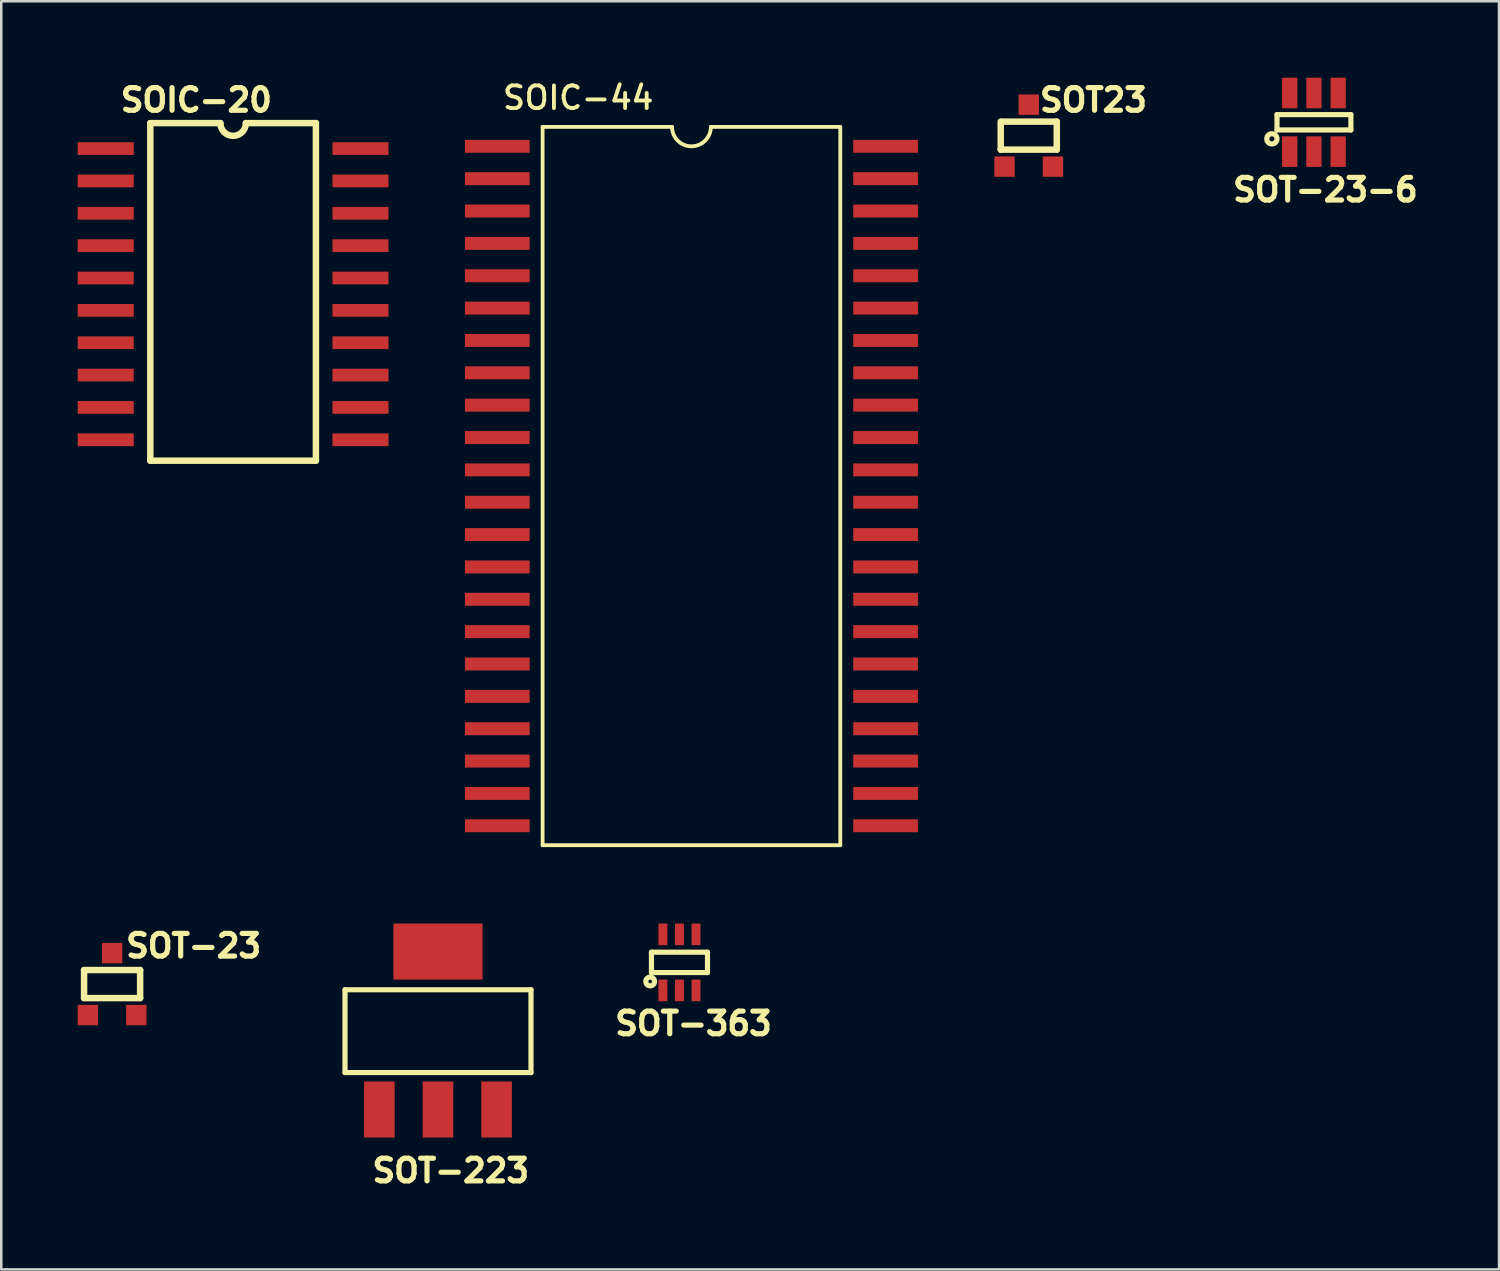
<source format=kicad_pcb>
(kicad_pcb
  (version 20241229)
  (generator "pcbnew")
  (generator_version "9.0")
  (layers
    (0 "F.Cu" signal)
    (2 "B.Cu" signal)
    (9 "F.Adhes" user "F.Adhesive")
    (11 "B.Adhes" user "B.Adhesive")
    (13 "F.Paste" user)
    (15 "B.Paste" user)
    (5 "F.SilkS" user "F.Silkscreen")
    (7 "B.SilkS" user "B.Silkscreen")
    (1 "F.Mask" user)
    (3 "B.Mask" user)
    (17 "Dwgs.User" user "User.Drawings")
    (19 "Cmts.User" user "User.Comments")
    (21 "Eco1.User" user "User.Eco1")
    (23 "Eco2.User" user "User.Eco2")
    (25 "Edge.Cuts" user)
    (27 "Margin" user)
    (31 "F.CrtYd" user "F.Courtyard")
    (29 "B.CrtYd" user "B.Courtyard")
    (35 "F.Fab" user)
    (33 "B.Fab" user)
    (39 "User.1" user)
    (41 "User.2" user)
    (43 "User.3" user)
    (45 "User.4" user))
  (footprint "SOT-223"
    (layer "F.Cu")
    (at 14.142 40.5)
    (property "Reference" "SOT-223" (at 0.5 2.4 0) (layer "F.SilkS") (effects (font (size 0.889 0.889) (thickness 0.203))))
    (attr smd)
    (fp_line (start -3.65 -4.7) (end -3.65 -1.45) (stroke (width 0.203) (type solid)) (layer "F.SilkS"))
    (fp_line (start -3.65 -4.7) (end 3.65 -4.7) (stroke (width 0.203) (type solid)) (layer "F.SilkS"))
    (fp_line (start -3.65 -1.45) (end 3.65 -1.45) (stroke (width 0.203) (type solid)) (layer "F.SilkS"))
    (fp_line (start 3.65 -1.45) (end 3.65 -4.7) (stroke (width 0.203) (type solid)) (layer "F.SilkS"))
    (pad "1" smd rect (at -2.3 0) (size 1.2 2.2) (layers "F.Cu" "F.Mask" "F.Paste"))
    (pad "2" smd rect (at 0 -6.2) (size 3.5 2.2) (layers "F.Cu" "F.Mask" "F.Paste"))
    (pad "2" smd rect (at 0 0) (size 1.2 2.2) (layers "F.Cu" "F.Mask" "F.Paste"))
    (pad "3" smd rect (at 2.3 0) (size 1.2 2.2) (layers "F.Cu" "F.Mask" "F.Paste")))
  (footprint "SOT-23"
    (layer "F.Cu")
    (at 1.35 35.576)
    (property "Reference" "SOT-23" (at 3.2 -1.5 0) (layer "F.SilkS") (effects (font (size 0.889 0.889) (thickness 0.203))))
    (attr smd)
    (fp_line (start -1.1 -0.55) (end -1.1 0.55) (stroke (width 0.254) (type solid)) (layer "F.SilkS"))
    (fp_line (start -1.1 -0.55) (end 1.1 -0.55) (stroke (width 0.254) (type solid)) (layer "F.SilkS"))
    (fp_line (start -1.1 0.55) (end 1.1 0.55) (stroke (width 0.254) (type solid)) (layer "F.SilkS"))
    (fp_line (start 1.1 0.55) (end 1.1 -0.55) (stroke (width 0.254) (type solid)) (layer "F.SilkS"))
    (pad "1" smd rect (at -0.95 1.216) (size 0.8 0.8) (layers "F.Cu" "F.Mask" "F.Paste"))
    (pad "2" smd rect (at 0.95 1.216) (size 0.8 0.8) (layers "F.Cu" "F.Mask" "F.Paste"))
    (pad "3" smd rect (at 0 -1.216) (size 0.8 0.8) (layers "F.Cu" "F.Mask" "F.Paste")))
  (footprint "SOIC-20"
    (layer "F.Cu")
    (at 1.1 2.782)
    (property "Reference" "SOIC-20" (at 3.556 -1.905 0) (layer "F.SilkS") (effects (font (size 0.889 0.889) (thickness 0.203))))
    (attr through_hole)
    (fp_line (start 1.75 -1) (end 1.75 12.25) (stroke (width 0.254) (type solid)) (layer "F.SilkS"))
    (fp_line (start 1.75 12.25) (end 8.25 12.25) (stroke (width 0.254) (type solid)) (layer "F.SilkS"))
    (fp_line (start 4.5 -1) (end 1.75 -1) (stroke (width 0.254) (type solid)) (layer "F.SilkS"))
    (fp_line (start 5.5 -1) (end 8.25 -1) (stroke (width 0.254) (type solid)) (layer "F.SilkS"))
    (fp_line (start 8.25 12.25) (end 8.25 -1) (stroke (width 0.254) (type solid)) (layer "F.SilkS"))
    (fp_arc (start 5.5 -1) (mid 5 -0.5) (end 4.5 -1) (stroke (width 0.254) (type solid)) (layer "F.SilkS"))
    (pad "1" smd rect (at 0 0) (size 2.2 0.5) (layers "F.Cu" "F.Mask" "F.Paste"))
    (pad "2" smd rect (at 0 1.27) (size 2.2 0.5) (layers "F.Cu" "F.Mask" "F.Paste"))
    (pad "3" smd rect (at 0 2.54) (size 2.2 0.5) (layers "F.Cu" "F.Mask" "F.Paste"))
    (pad "4" smd rect (at 0 3.81) (size 2.2 0.5) (layers "F.Cu" "F.Mask" "F.Paste"))
    (pad "5" smd rect (at 0 5.08) (size 2.2 0.5) (layers "F.Cu" "F.Mask" "F.Paste"))
    (pad "6" smd rect (at 0 6.35) (size 2.2 0.5) (layers "F.Cu" "F.Mask" "F.Paste"))
    (pad "7" smd rect (at 0 7.62) (size 2.2 0.5) (layers "F.Cu" "F.Mask" "F.Paste"))
    (pad "8" smd rect (at 0 8.89) (size 2.2 0.5) (layers "F.Cu" "F.Mask" "F.Paste"))
    (pad "9" smd rect (at 0 10.16) (size 2.2 0.5) (layers "F.Cu" "F.Mask" "F.Paste"))
    (pad "10" smd rect (at 0 11.43) (size 2.2 0.5) (layers "F.Cu" "F.Mask" "F.Paste"))
    (pad "11" smd rect (at 10 11.43) (size 2.2 0.5) (layers "F.Cu" "F.Mask" "F.Paste"))
    (pad "12" smd rect (at 10 10.16) (size 2.2 0.5) (layers "F.Cu" "F.Mask" "F.Paste"))
    (pad "13" smd rect (at 10 8.89) (size 2.2 0.5) (layers "F.Cu" "F.Mask" "F.Paste"))
    (pad "14" smd rect (at 10 7.62) (size 2.2 0.5) (layers "F.Cu" "F.Mask" "F.Paste"))
    (pad "15" smd rect (at 10 6.35) (size 2.2 0.5) (layers "F.Cu" "F.Mask" "F.Paste"))
    (pad "16" smd rect (at 10 5.08) (size 2.2 0.5) (layers "F.Cu" "F.Mask" "F.Paste"))
    (pad "17" smd rect (at 10 3.81) (size 2.2 0.5) (layers "F.Cu" "F.Mask" "F.Paste"))
    (pad "18" smd rect (at 10 2.54) (size 2.2 0.5) (layers "F.Cu" "F.Mask" "F.Paste"))
    (pad "19" smd rect (at 10 1.27) (size 2.2 0.5) (layers "F.Cu" "F.Mask" "F.Paste"))
    (pad "20" smd rect (at 10 0) (size 2.2 0.5) (layers "F.Cu" "F.Mask" "F.Paste")))
  (footprint "SOIC-44"
    (layer "F.Cu")
    (at 16.47 2.693)
    (property "Reference" "SOIC-44" (at 3.175 -1.905 0) (layer "F.SilkS") (effects (font (size 0.889 0.889) (thickness 0.152))))
    (attr through_hole)
    (fp_line (start 1.778 -0.762) (end 1.778 27.432) (stroke (width 0.15) (type solid)) (layer "F.SilkS"))
    (fp_line (start 1.778 -0.762) (end 6.858 -0.762) (stroke (width 0.15) (type solid)) (layer "F.SilkS"))
    (fp_line (start 1.778 27.432) (end 13.462 27.432) (stroke (width 0.15) (type solid)) (layer "F.SilkS"))
    (fp_line (start 13.462 -0.762) (end 8.382 -0.762) (stroke (width 0.15) (type solid)) (layer "F.SilkS"))
    (fp_line (start 13.462 27.432) (end 13.462 -0.762) (stroke (width 0.15) (type solid)) (layer "F.SilkS"))
    (fp_arc (start 8.382 -0.762) (mid 7.62 0) (end 6.858 -0.762) (stroke (width 0.15) (type solid)) (layer "F.SilkS"))
    (pad "1" smd rect (at 0 0) (size 2.54 0.508) (layers "F.Cu" "F.Mask" "F.Paste"))
    (pad "2" smd rect (at 0 1.27) (size 2.54 0.508) (layers "F.Cu" "F.Mask" "F.Paste"))
    (pad "3" smd rect (at 0 2.54) (size 2.54 0.508) (layers "F.Cu" "F.Mask" "F.Paste"))
    (pad "4" smd rect (at 0 3.81) (size 2.54 0.508) (layers "F.Cu" "F.Mask" "F.Paste"))
    (pad "5" smd rect (at 0 5.08) (size 2.54 0.508) (layers "F.Cu" "F.Mask" "F.Paste"))
    (pad "6" smd rect (at 0 6.35) (size 2.54 0.508) (layers "F.Cu" "F.Mask" "F.Paste"))
    (pad "7" smd rect (at 0 7.62) (size 2.54 0.508) (layers "F.Cu" "F.Mask" "F.Paste"))
    (pad "8" smd rect (at 0 8.89) (size 2.54 0.508) (layers "F.Cu" "F.Mask" "F.Paste"))
    (pad "9" smd rect (at 0 10.16) (size 2.54 0.508) (layers "F.Cu" "F.Mask" "F.Paste"))
    (pad "10" smd rect (at 0 11.43) (size 2.54 0.508) (layers "F.Cu" "F.Mask" "F.Paste"))
    (pad "11" smd rect (at 0 12.7) (size 2.54 0.508) (layers "F.Cu" "F.Mask" "F.Paste"))
    (pad "12" smd rect (at 0 13.97) (size 2.54 0.508) (layers "F.Cu" "F.Mask" "F.Paste"))
    (pad "13" smd rect (at 0 15.24) (size 2.54 0.508) (layers "F.Cu" "F.Mask" "F.Paste"))
    (pad "14" smd rect (at 0 16.51) (size 2.54 0.508) (layers "F.Cu" "F.Mask" "F.Paste"))
    (pad "15" smd rect (at 0 17.78) (size 2.54 0.508) (layers "F.Cu" "F.Mask" "F.Paste"))
    (pad "16" smd rect (at 0 19.05) (size 2.54 0.508) (layers "F.Cu" "F.Mask" "F.Paste"))
    (pad "17" smd rect (at 0 20.32) (size 2.54 0.508) (layers "F.Cu" "F.Mask" "F.Paste"))
    (pad "18" smd rect (at 0 21.59) (size 2.54 0.508) (layers "F.Cu" "F.Mask" "F.Paste"))
    (pad "19" smd rect (at 0 22.86) (size 2.54 0.508) (layers "F.Cu" "F.Mask" "F.Paste"))
    (pad "20" smd rect (at 0 24.13) (size 2.54 0.508) (layers "F.Cu" "F.Mask" "F.Paste"))
    (pad "21" smd rect (at 0 25.4) (size 2.54 0.508) (layers "F.Cu" "F.Mask" "F.Paste"))
    (pad "22" smd rect (at 0 26.67) (size 2.54 0.508) (layers "F.Cu" "F.Mask" "F.Paste"))
    (pad "23" smd rect (at 15.24 26.67) (size 2.54 0.508) (layers "F.Cu" "F.Mask" "F.Paste"))
    (pad "24" smd rect (at 15.24 25.4) (size 2.54 0.508) (layers "F.Cu" "F.Mask" "F.Paste"))
    (pad "25" smd rect (at 15.24 24.13) (size 2.54 0.508) (layers "F.Cu" "F.Mask" "F.Paste"))
    (pad "26" smd rect (at 15.24 22.86) (size 2.54 0.508) (layers "F.Cu" "F.Mask" "F.Paste"))
    (pad "27" smd rect (at 15.24 21.59) (size 2.54 0.508) (layers "F.Cu" "F.Mask" "F.Paste"))
    (pad "28" smd rect (at 15.24 20.32) (size 2.54 0.508) (layers "F.Cu" "F.Mask" "F.Paste"))
    (pad "29" smd rect (at 15.24 19.05) (size 2.54 0.508) (layers "F.Cu" "F.Mask" "F.Paste"))
    (pad "30" smd rect (at 15.24 17.78) (size 2.54 0.508) (layers "F.Cu" "F.Mask" "F.Paste"))
    (pad "31" smd rect (at 15.24 16.51) (size 2.54 0.508) (layers "F.Cu" "F.Mask" "F.Paste"))
    (pad "32" smd rect (at 15.24 15.24) (size 2.54 0.508) (layers "F.Cu" "F.Mask" "F.Paste"))
    (pad "33" smd rect (at 15.24 13.97) (size 2.54 0.508) (layers "F.Cu" "F.Mask" "F.Paste"))
    (pad "34" smd rect (at 15.24 12.7) (size 2.54 0.508) (layers "F.Cu" "F.Mask" "F.Paste"))
    (pad "35" smd rect (at 15.24 11.43) (size 2.54 0.508) (layers "F.Cu" "F.Mask" "F.Paste"))
    (pad "36" smd rect (at 15.24 10.16) (size 2.54 0.508) (layers "F.Cu" "F.Mask" "F.Paste"))
    (pad "37" smd rect (at 15.24 8.89) (size 2.54 0.508) (layers "F.Cu" "F.Mask" "F.Paste"))
    (pad "38" smd rect (at 15.24 7.62) (size 2.54 0.508) (layers "F.Cu" "F.Mask" "F.Paste"))
    (pad "39" smd rect (at 15.24 6.35) (size 2.54 0.508) (layers "F.Cu" "F.Mask" "F.Paste"))
    (pad "40" smd rect (at 15.24 5.08) (size 2.54 0.508) (layers "F.Cu" "F.Mask" "F.Paste"))
    (pad "41" smd rect (at 15.24 3.81) (size 2.54 0.508) (layers "F.Cu" "F.Mask" "F.Paste"))
    (pad "42" smd rect (at 15.24 2.54) (size 2.54 0.508) (layers "F.Cu" "F.Mask" "F.Paste"))
    (pad "43" smd rect (at 15.24 1.27) (size 2.54 0.508) (layers "F.Cu" "F.Mask" "F.Paste"))
    (pad "44" smd rect (at 15.24 0) (size 2.54 0.508) (layers "F.Cu" "F.Mask" "F.Paste")))
  (footprint "SOT23"
    (layer "F.Cu")
    (at 37.33 2.274)
    (property "Reference" "SOT23" (at 2.54 -1.397 0) (layer "F.SilkS") (effects (font (size 0.889 0.889) (thickness 0.203))))
    (attr smd)
    (fp_line (start -1.1 -0.55) (end -1.1 0.55) (stroke (width 0.254) (type solid)) (layer "F.SilkS"))
    (fp_line (start -1.1 0.55) (end 1.1 0.55) (stroke (width 0.254) (type solid)) (layer "F.SilkS"))
    (fp_line (start -1.05 -0.55) (end -1.1 -0.55) (stroke (width 0.15) (type solid)) (layer "F.SilkS"))
    (fp_line (start 1.1 -0.55) (end -1.05 -0.55) (stroke (width 0.254) (type solid)) (layer "F.SilkS"))
    (fp_line (start 1.1 0.55) (end 1.1 -0.55) (stroke (width 0.254) (type solid)) (layer "F.SilkS"))
    (pad "1" smd rect (at -0.95 1.216) (size 0.8 0.8) (layers "F.Cu" "F.Mask" "F.Paste"))
    (pad "2" smd rect (at 0.95 1.216) (size 0.8 0.8) (layers "F.Cu" "F.Mask" "F.Paste"))
    (pad "3" smd rect (at 0 -1.216) (size 0.8 0.8) (layers "F.Cu" "F.Mask" "F.Paste")))
  (footprint "SOT-363"
    (layer "F.Cu")
    (at 23.62 35.825)
    (property "Reference" "SOT-363" (at 0.55 1.3 0) (layer "F.SilkS") (effects (font (size 0.889 0.889) (thickness 0.203))))
    (attr smd)
    (fp_line (start -1.1 -1.5) (end -1.1 -0.7) (stroke (width 0.203) (type solid)) (layer "F.SilkS"))
    (fp_line (start -1.1 -0.7) (end 1.1 -0.7) (stroke (width 0.203) (type solid)) (layer "F.SilkS"))
    (fp_line (start 1.1 -1.5) (end -1.1 -1.5) (stroke (width 0.203) (type solid)) (layer "F.SilkS"))
    (fp_line (start 1.1 -0.7) (end 1.1 -1.5) (stroke (width 0.203) (type solid)) (layer "F.SilkS"))
    (fp_circle (center -1.15 -0.35) (end -1.1 -0.3) (stroke (width 0.203) (type solid)) (fill no) (layer "F.SilkS"))
    (pad "1" smd rect (at -0.65 0) (size 0.35 0.85) (layers "F.Cu" "F.Mask" "F.Paste"))
    (pad "2" smd rect (at 0 0) (size 0.35 0.85) (layers "F.Cu" "F.Mask" "F.Paste"))
    (pad "3" smd rect (at 0.65 0) (size 0.35 0.85) (layers "F.Cu" "F.Mask" "F.Paste"))
    (pad "4" smd rect (at 0.65 -2.2) (size 0.35 0.85) (layers "F.Cu" "F.Mask" "F.Paste"))
    (pad "5" smd rect (at 0 -2.2) (size 0.35 0.85) (layers "F.Cu" "F.Mask" "F.Paste"))
    (pad "6" smd rect (at -0.65 -2.2) (size 0.35 0.85) (layers "F.Cu" "F.Mask" "F.Paste")))
  (footprint "SOT-23-6"
    (layer "F.Cu")
    (at 47.574 2.9)
    (property "Reference" "SOT-23-6" (at 1.4 1.5 0) (layer "F.SilkS") (effects (font (size 0.889 0.889) (thickness 0.203))))
    (attr smd)
    (fp_line (start -0.5 -1.45) (end 2.4 -1.45) (stroke (width 0.203) (type solid)) (layer "F.SilkS"))
    (fp_line (start -0.5 -0.85) (end -0.5 -1.45) (stroke (width 0.203) (type solid)) (layer "F.SilkS"))
    (fp_line (start 2.4 -1.45) (end 2.4 -0.85) (stroke (width 0.203) (type solid)) (layer "F.SilkS"))
    (fp_line (start 2.4 -0.85) (end -0.5 -0.85) (stroke (width 0.203) (type solid)) (layer "F.SilkS"))
    (fp_circle (center -0.7 -0.5) (end -0.7 -0.4) (stroke (width 0.203) (type solid)) (fill no) (layer "F.SilkS"))
    (pad "1" smd rect (at 0 0) (size 0.6 1.2) (layers "F.Cu" "F.Mask" "F.Paste"))
    (pad "2" smd rect (at 0.95 0) (size 0.6 1.2) (layers "F.Cu" "F.Mask" "F.Paste"))
    (pad "3" smd rect (at 1.9 0) (size 0.6 1.2) (layers "F.Cu" "F.Mask" "F.Paste"))
    (pad "4" smd rect (at 1.9 -2.3) (size 0.6 1.2) (layers "F.Cu" "F.Mask" "F.Paste"))
    (pad "5" smd rect (at 0.95 -2.3) (size 0.6 1.2) (layers "F.Cu" "F.Mask" "F.Paste"))
    (pad "6" smd rect (at 0 -2.3) (size 0.6 1.2) (layers "F.Cu" "F.Mask" "F.Paste")))
  (gr_rect
    (start -3 -3)
    (end 55.789 46.776)
    (stroke (width 0.1) (type default))
    (fill no)
    (layer "Edge.Cuts")))
</source>
